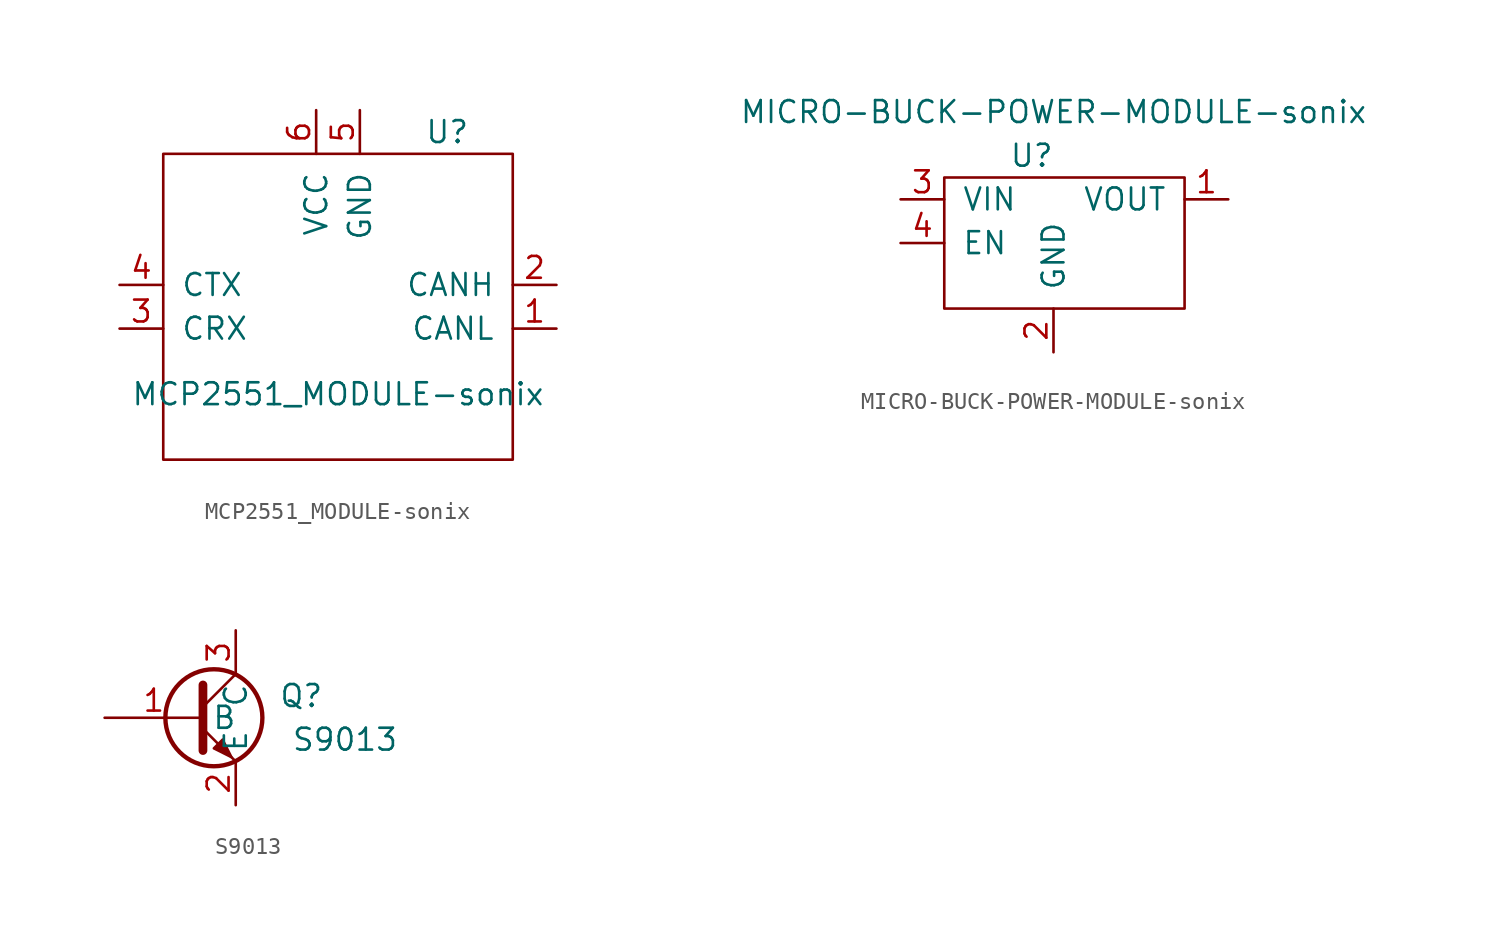
<source format=kicad_sym>
(kicad_symbol_lib
  (version 20211014)
  (generator kicad_symbol_editor)
  (symbol "MCP2551_MODULE-sonix"
    (pin_names
      (offset 1.016))
    (property "Reference" "U"
      (at 6.35 10.16 0)
      (effects (font (size 1.27 1.27))))
    (property "Value" "MCP2551_MODULE-sonix"
      (at 0 -5.08 0)
      (effects (font (size 1.27 1.27))))
    (symbol "MCP2551_MODULE-sonix_0_1"
      (rectangle (start -10.16 8.89) (end 10.16 -8.89) (stroke (width 0) (type default) (color 0 0 0 0)) (fill (type none))))
    (symbol "MCP2551_MODULE-sonix_1_1"
      (pin bidirectional line (at 12.7 -1.27 180) (length 2.54) (name "CANL" (effects (font (size 1.27 1.27)))) (number "1" (effects (font (size 1.27 1.27)))))
      (pin bidirectional line (at 12.7 1.27 180) (length 2.54) (name "CANH" (effects (font (size 1.27 1.27)))) (number "2" (effects (font (size 1.27 1.27)))))
      (pin output line (at -12.7 -1.27 0) (length 2.54) (name "CRX" (effects (font (size 1.27 1.27)))) (number "3" (effects (font (size 1.27 1.27)))))
      (pin input line (at -12.7 1.27 0) (length 2.54) (name "CTX" (effects (font (size 1.27 1.27)))) (number "4" (effects (font (size 1.27 1.27)))))
      (pin power_in line (at 1.27 11.43 270) (length 2.54) (name "GND" (effects (font (size 1.27 1.27)))) (number "5" (effects (font (size 1.27 1.27)))))
      (pin power_in line (at -1.27 11.43 270) (length 2.54) (name "VCC" (effects (font (size 1.27 1.27)))) (number "6" (effects (font (size 1.27 1.27)))))))
  (symbol "MICRO-BUCK-POWER-MODULE-sonix"
    (pin_names
      (offset 1.016))
    (property "Reference" "U"
      (at 1.27 5.08 0)
      (effects (font (size 1.27 1.27))))
    (property "Value" "MICRO-BUCK-POWER-MODULE-sonix"
      (at 2.54 7.62 0)
      (effects (font (size 1.27 1.27))))
    (symbol "MICRO-BUCK-POWER-MODULE-sonix_0_1"
      (rectangle (start -3.81 3.81) (end 10.16 -3.81) (stroke (width 0) (type default) (color 0 0 0 0)) (fill (type none))))
    (symbol "MICRO-BUCK-POWER-MODULE-sonix_1_1"
      (pin power_out line (at 12.7 2.54 180) (length 2.54) (name "VOUT" (effects (font (size 1.27 1.27)))) (number "1" (effects (font (size 1.27 1.27)))))
      (pin power_out line (at 2.54 -6.35 90) (length 2.54) (name "GND" (effects (font (size 1.27 1.27)))) (number "2" (effects (font (size 1.27 1.27)))))
      (pin power_in line (at -6.35 2.54 0) (length 2.54) (name "VIN" (effects (font (size 1.27 1.27)))) (number "3" (effects (font (size 1.27 1.27)))))
      (pin input line (at -6.35 0 0) (length 2.54) (name "EN" (effects (font (size 1.27 1.27)))) (number "4" (effects (font (size 1.27 1.27)))))))
  (symbol "S9013"
    (property "Reference" "Q"
      (at 3.81 1.27 0)
      (effects (font (size 1.27 1.27))))
    (property "Value" "S9013"
      (at 6.35 -1.27 0)
      (effects (font (size 1.27 1.27))))
    (symbol "S9013_0_1"
      (circle (center -1.27 0) (radius 2.819) (stroke (width 0.254) (type default) (color 0 0 0 0)) (fill (type none)))
      (polyline (pts (xy -1.905 0.635) (xy 0 2.54)) (stroke (width 0) (type default) (color 0 0 0 0)) (fill (type none)))
      (polyline (pts (xy -1.905 -0.635) (xy 0 -2.54) (xy 0 -2.54)) (stroke (width 0) (type default) (color 0 0 0 0)) (fill (type none)))
      (polyline (pts (xy -1.905 1.905) (xy -1.905 -1.905) (xy -1.905 -1.905)) (stroke (width 0.508) (type default) (color 0 0 0 0)) (fill (type none)))
      (polyline (pts (xy -1.27 -1.778) (xy -0.762 -1.27) (xy -0.254 -2.286) (xy -1.27 -1.778) (xy -1.27 -1.778)) (stroke (width 0) (type default) (color 0 0 0 0)) (fill (type outline))))
    (symbol "S9013_1_1"
      (pin input line (at -7.62 0 0) (length 5.715) (name "B" (effects (font (size 1.27 1.27)))) (number "1" (effects (font (size 1.27 1.27)))))
      (pin passive line (at 0 -5.08 90) (length 2.54) (name "E" (effects (font (size 1.27 1.27)))) (number "2" (effects (font (size 1.27 1.27)))))
      (pin passive line (at 0 5.08 270) (length 2.54) (name "C" (effects (font (size 1.27 1.27)))) (number "3" (effects (font (size 1.27 1.27))))))))
</source>
